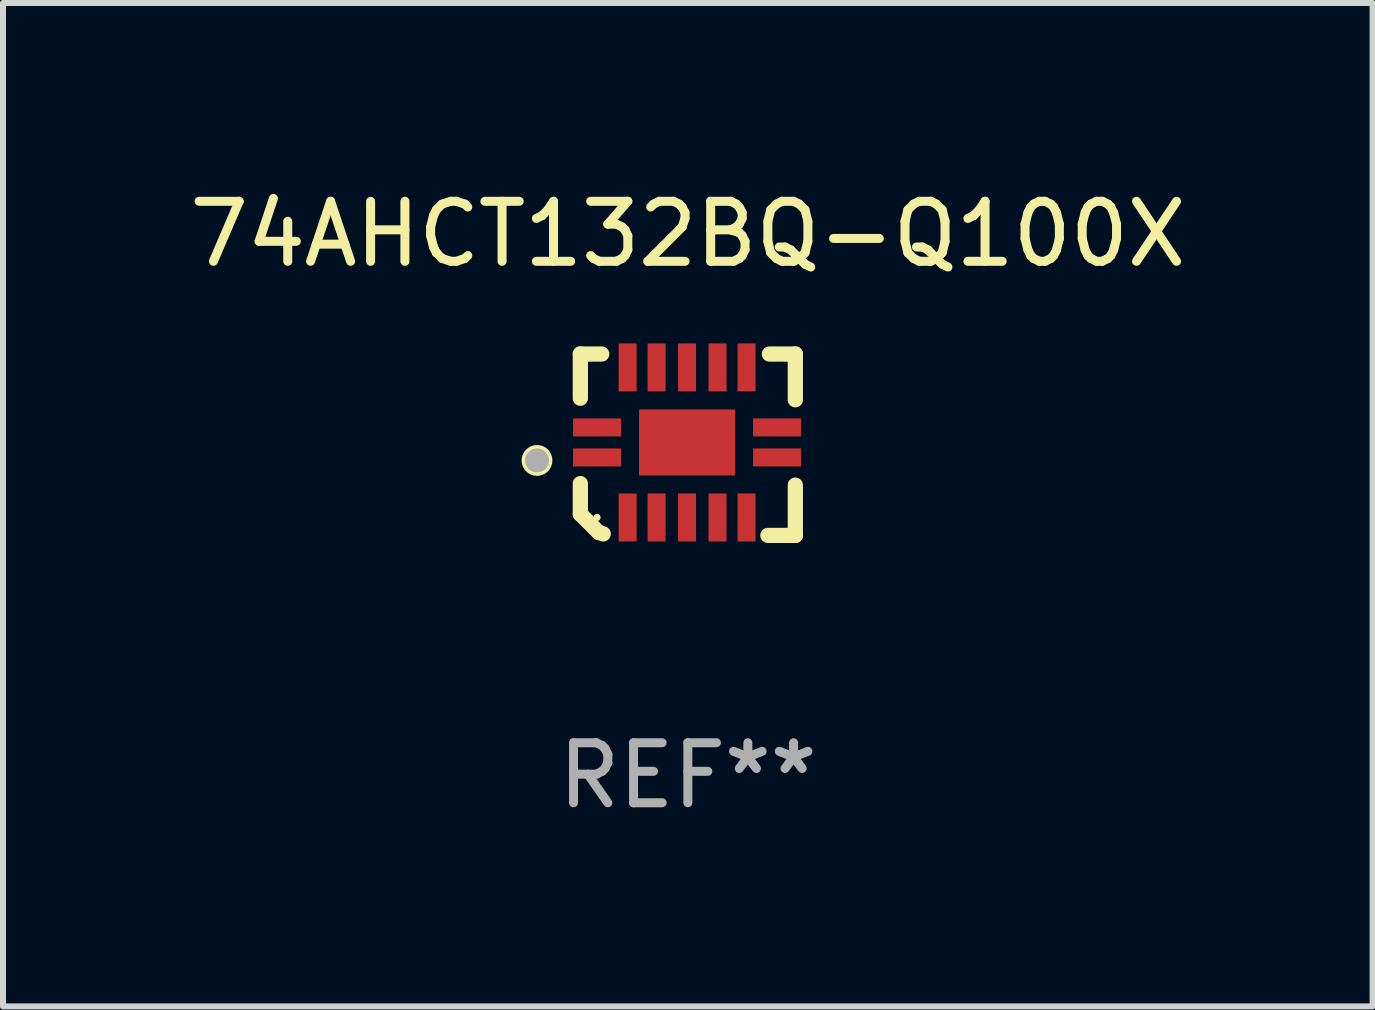
<source format=kicad_pcb>
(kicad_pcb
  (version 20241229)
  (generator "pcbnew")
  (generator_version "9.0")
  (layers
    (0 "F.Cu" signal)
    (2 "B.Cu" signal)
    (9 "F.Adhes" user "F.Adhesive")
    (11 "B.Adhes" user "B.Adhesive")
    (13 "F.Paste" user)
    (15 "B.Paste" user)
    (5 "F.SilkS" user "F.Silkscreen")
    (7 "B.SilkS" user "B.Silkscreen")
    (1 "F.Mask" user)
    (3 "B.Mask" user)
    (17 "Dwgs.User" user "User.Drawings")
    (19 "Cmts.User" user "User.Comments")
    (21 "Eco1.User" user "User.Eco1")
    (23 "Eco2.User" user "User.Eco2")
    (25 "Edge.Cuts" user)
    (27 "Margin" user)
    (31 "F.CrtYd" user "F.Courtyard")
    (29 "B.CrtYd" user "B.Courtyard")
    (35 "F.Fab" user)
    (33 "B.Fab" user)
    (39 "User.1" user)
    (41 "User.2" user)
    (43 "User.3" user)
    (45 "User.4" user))
  (footprint "74AHCT132BQ-Q100X"
    (layer "F.Cu")
    (at 8.411 4.36)
    (property "Reference" "74AHCT132BQ-Q100X" (at 0 -3.511 0) (layer "F.SilkS") (effects (font (size 1 1) (thickness 0.15))))
    (attr through_hole)
    (fp_line (start -1.791 -1.511) (end -1.435 -1.511) (stroke (width 0.254) (type solid)) (layer "F.SilkS"))
    (fp_line (start -1.791 -0.775) (end -1.791 -1.511) (stroke (width 0.254) (type solid)) (layer "F.SilkS"))
    (fp_line (start -1.791 1.156) (end -1.791 0.648) (stroke (width 0.254) (type solid)) (layer "F.SilkS"))
    (fp_line (start -1.486 1.461) (end -1.791 1.156) (stroke (width 0.254) (type solid)) (layer "F.SilkS"))
    (fp_line (start -1.41 1.486) (end -1.486 1.461) (stroke (width 0.254) (type solid)) (layer "F.SilkS"))
    (fp_line (start 1.334 1.511) (end 1.791 1.511) (stroke (width 0.254) (type solid)) (layer "F.SilkS"))
    (fp_line (start 1.791 -1.511) (end 1.359 -1.511) (stroke (width 0.254) (type solid)) (layer "F.SilkS"))
    (fp_line (start 1.791 -0.749) (end 1.791 -1.511) (stroke (width 0.254) (type solid)) (layer "F.SilkS"))
    (fp_line (start 1.791 1.511) (end 1.791 0.673) (stroke (width 0.254) (type solid)) (layer "F.SilkS"))
    (fp_circle (center -2.513 0.262) (end -2.383 0.262) (stroke (width 0.254) (type solid)) (fill no) (layer "F.SilkS"))
    (fp_circle (center -1.513 1.212) (end -1.483 1.212) (stroke (width 0.06) (type solid)) (fill no) (layer "F.SilkS"))
    (fp_circle (center -2.513 0.262) (end -2.413 0.262) (stroke (width 0.2) (type solid)) (fill no) (layer "F.Fab"))
    (fp_text user "REF**" (at 0 5.511 0) (layer "F.Fab") (effects (font (size 1 1) (thickness 0.15))))
    (pad "1" smd rect (at -1.513 0.212) (size 0.8 0.3) (layers "F.Cu" "F.Mask" "F.Paste"))
    (pad "2" smd rect (at -1.003 1.212) (size 0.3 0.8) (layers "F.Cu" "F.Mask" "F.Paste"))
    (pad "3" smd rect (at -0.521 1.212) (size 0.3 0.8) (layers "F.Cu" "F.Mask" "F.Paste"))
    (pad "4" smd rect (at -0.013 1.212) (size 0.3 0.8) (layers "F.Cu" "F.Mask" "F.Paste"))
    (pad "5" smd rect (at 0.495 1.212) (size 0.3 0.8) (layers "F.Cu" "F.Mask" "F.Paste"))
    (pad "6" smd rect (at 0.978 1.212) (size 0.3 0.8) (layers "F.Cu" "F.Mask" "F.Paste"))
    (pad "7" smd rect (at 1.487 0.212) (size 0.8 0.3) (layers "F.Cu" "F.Mask" "F.Paste"))
    (pad "8" smd rect (at 1.487 -0.288) (size 0.8 0.3) (layers "F.Cu" "F.Mask" "F.Paste"))
    (pad "9" smd rect (at 0.978 -1.288) (size 0.3 0.8) (layers "F.Cu" "F.Mask" "F.Paste"))
    (pad "10" smd rect (at 0.495 -1.288) (size 0.3 0.8) (layers "F.Cu" "F.Mask" "F.Paste"))
    (pad "11" smd rect (at -0.013 -1.288) (size 0.3 0.8) (layers "F.Cu" "F.Mask" "F.Paste"))
    (pad "12" smd rect (at -0.521 -1.288) (size 0.3 0.8) (layers "F.Cu" "F.Mask" "F.Paste"))
    (pad "13" smd rect (at -1.003 -1.288) (size 0.3 0.8) (layers "F.Cu" "F.Mask" "F.Paste"))
    (pad "14" smd rect (at -1.513 -0.288) (size 0.8 0.3) (layers "F.Cu" "F.Mask" "F.Paste"))
    (pad "15" smd rect (at -0.013 -0.038 90) (size 1.1 1.6) (layers "F.Cu" "F.Mask" "F.Paste")))
  (gr_rect
    (start -3 -3)
    (end 19.821 13.719)
    (stroke (width 0.1) (type default))
    (fill no)
    (layer "Edge.Cuts")))
</source>
